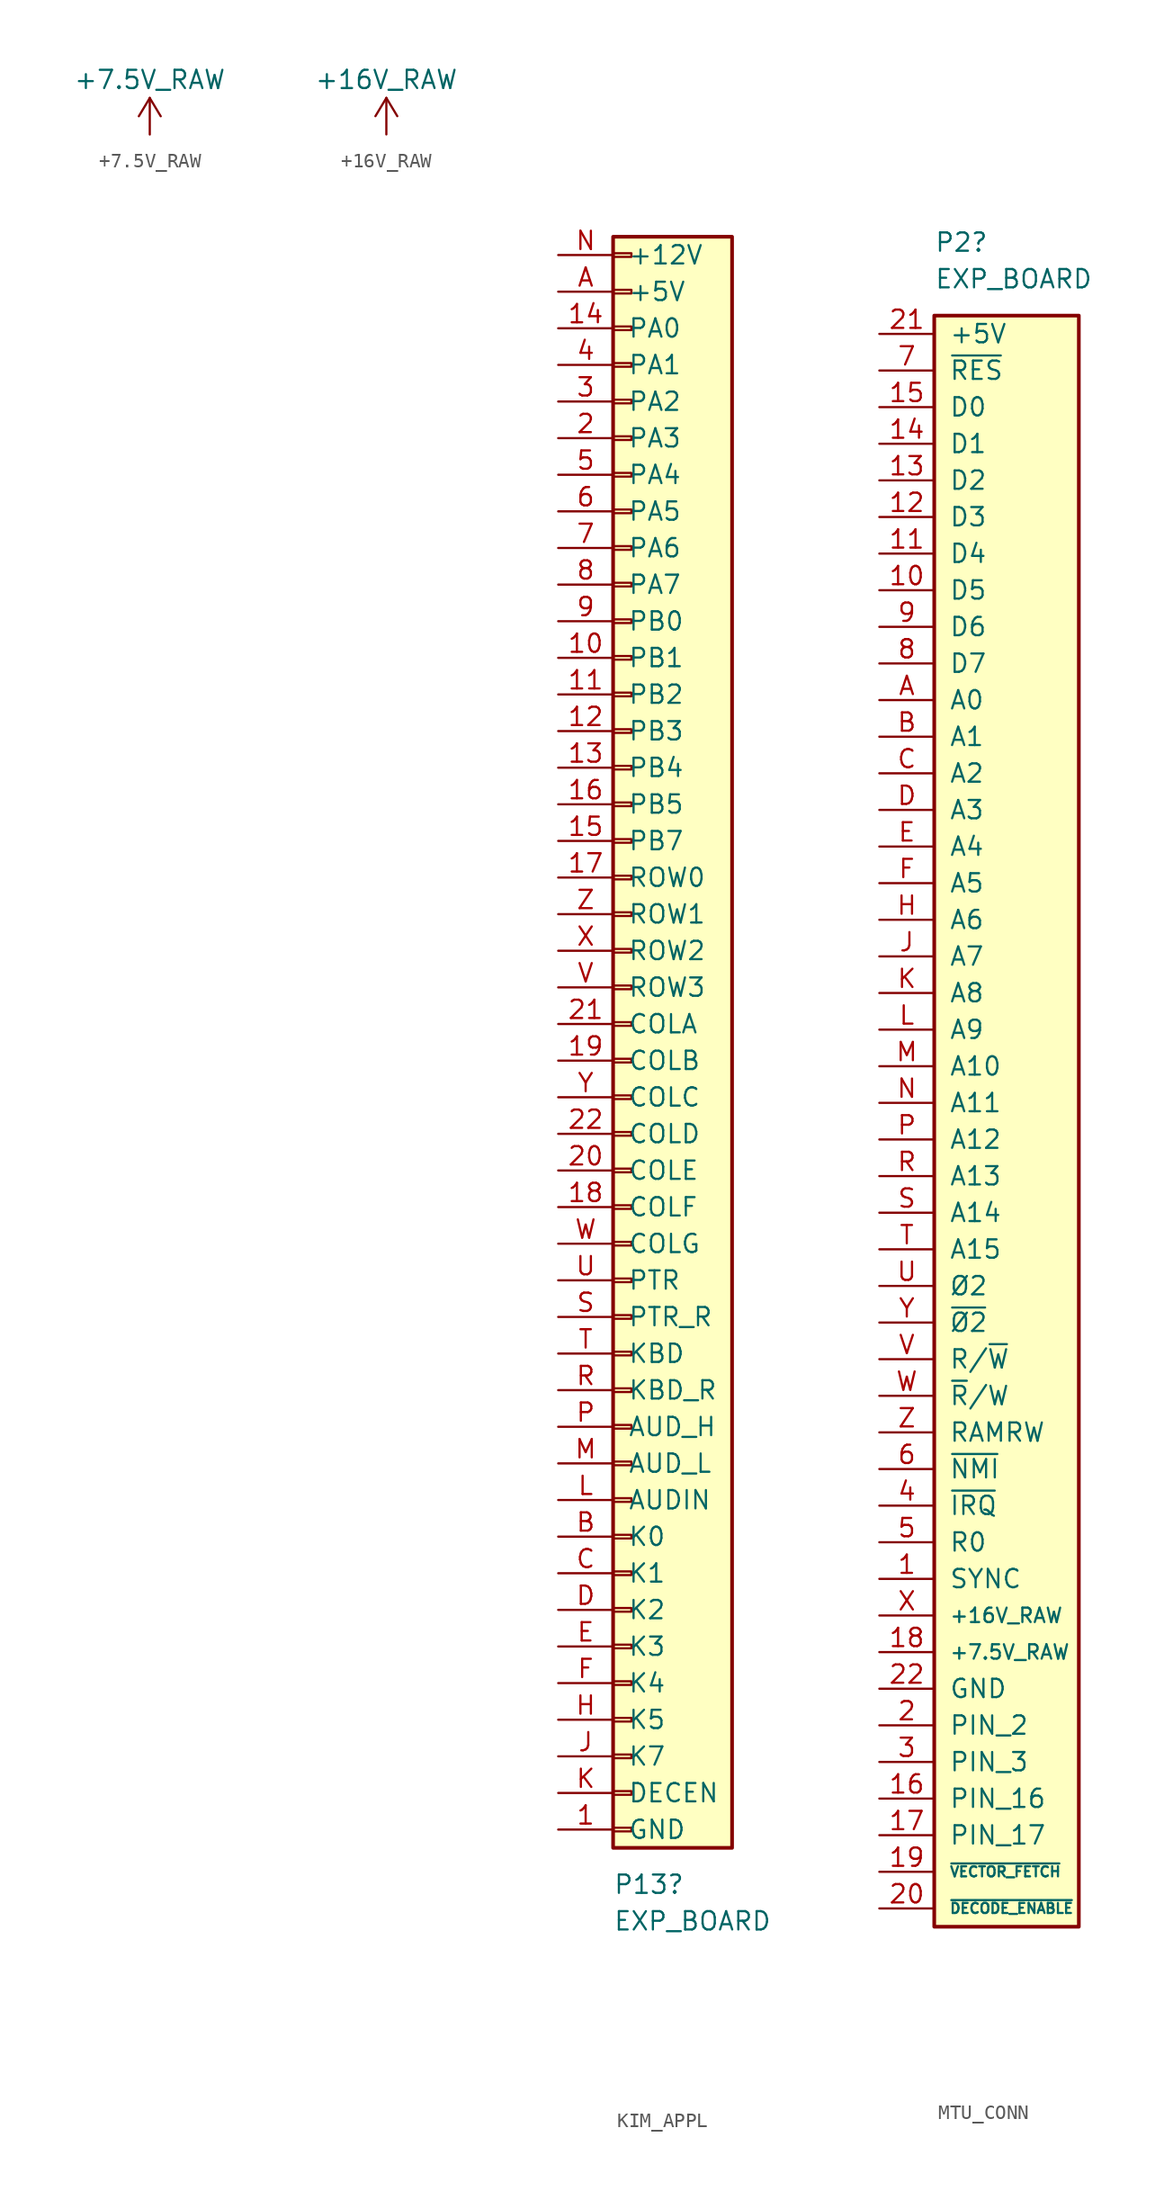
<source format=kicad_sym>
(kicad_symbol_lib
  (version 20220914)
  (generator kicad_symbol_editor)
  (symbol "+7.5V_RAW"
    (power)
    (pin_names
      (offset 0))
    (property "Reference" "#PWR061"
      (at 0 -3.81 0)
      (effects (font (size 1.27 1.27)) hide))
    (property "Value" "+7.5V_RAW"
      (at 0 3.81 0)
      (effects (font (size 1.27 1.27))))
    (symbol "+7.5V_RAW_0_1"
      (polyline (pts (xy -0.762 1.27) (xy 0 2.54)) (stroke (width 0) (type default)) (fill (type none)))
      (polyline (pts (xy 0 0) (xy 0 2.54)) (stroke (width 0) (type default)) (fill (type none)))
      (polyline (pts (xy 0 2.54) (xy 0.762 1.27)) (stroke (width 0) (type default)) (fill (type none))))
    (symbol "+7.5V_RAW_1_1"
      (pin power_in line (at 0 0 90) (length 0) hide (name "+7.5V_RAW" (effects (font (size 1.27 1.27)))) (number "1" (effects (font (size 1.27 1.27)))))))
  (symbol "+16V_RAW"
    (power)
    (pin_names
      (offset 0))
    (property "Reference" "#PWR062"
      (at 0 -3.81 0)
      (effects (font (size 1.27 1.27)) hide))
    (property "Value" "+16V_RAW"
      (at 0 3.81 0)
      (effects (font (size 1.27 1.27))))
    (symbol "+16V_RAW_0_1"
      (polyline (pts (xy -0.762 1.27) (xy 0 2.54)) (stroke (width 0) (type default)) (fill (type none)))
      (polyline (pts (xy 0 0) (xy 0 2.54)) (stroke (width 0) (type default)) (fill (type none)))
      (polyline (pts (xy 0 2.54) (xy 0.762 1.27)) (stroke (width 0) (type default)) (fill (type none))))
    (symbol "+16V_RAW_1_1"
      (pin power_in line (at 0 0 90) (length 0) hide (name "+16V_RAW" (effects (font (size 1.27 1.27)))) (number "1" (effects (font (size 1.27 1.27)))))))
  (symbol "KIM_APPL"
    (pin_names
      (offset 1.016))
    (property "Reference" "P13"
      (at -1.27 -59.69 0)
      (effects (font (size 1.27 1.27)) (justify left)))
    (property "Value" "EXP_BOARD"
      (at -1.27 -62.23 0)
      (effects (font (size 1.27 1.27)) (justify left)))
    (symbol "KIM_APPL_1_1"
      (rectangle (start -1.27 0.127) (end 0 -0.127) (stroke (width 0.152) (type default)) (fill (type none)))
      (rectangle (start -1.27 2.667) (end 0 2.413) (stroke (width 0.152) (type default)) (fill (type none)))
      (rectangle (start -1.27 5.207) (end 0 4.953) (stroke (width 0.152) (type default)) (fill (type none)))
      (rectangle (start -1.27 7.747) (end 0 7.493) (stroke (width 0.152) (type default)) (fill (type none)))
      (rectangle (start -1.27 10.287) (end 0 10.033) (stroke (width 0.152) (type default)) (fill (type none)))
      (rectangle (start -1.27 12.827) (end 0 12.573) (stroke (width 0.152) (type default)) (fill (type none)))
      (rectangle (start -1.27 15.367) (end 0 15.113) (stroke (width 0.152) (type default)) (fill (type none)))
      (rectangle (start -1.27 17.907) (end 0 17.653) (stroke (width 0.152) (type default)) (fill (type none)))
      (rectangle (start -1.27 20.447) (end 0 20.193) (stroke (width 0.152) (type default)) (fill (type none)))
      (rectangle (start -1.27 22.987) (end 0 22.733) (stroke (width 0.152) (type default)) (fill (type none)))
      (rectangle (start -1.27 25.527) (end 0 25.273) (stroke (width 0.152) (type default)) (fill (type none)))
      (rectangle (start -1.27 28.067) (end 0 27.813) (stroke (width 0.152) (type default)) (fill (type none)))
      (rectangle (start -1.27 30.607) (end 0 30.353) (stroke (width 0.152) (type default)) (fill (type none)))
      (rectangle (start -1.27 33.147) (end 0 32.893) (stroke (width 0.152) (type default)) (fill (type none)))
      (rectangle (start -1.27 35.687) (end 0 35.433) (stroke (width 0.152) (type default)) (fill (type none)))
      (rectangle (start -1.27 38.227) (end 0 37.973) (stroke (width 0.152) (type default)) (fill (type none)))
      (rectangle (start -1.27 40.767) (end 0 40.513) (stroke (width 0.152) (type default)) (fill (type none)))
      (rectangle (start -1.27 43.307) (end 0 43.053) (stroke (width 0.152) (type default)) (fill (type none)))
      (rectangle (start -1.27 45.847) (end 0 45.593) (stroke (width 0.152) (type default)) (fill (type none)))
      (rectangle (start -1.27 48.387) (end 0 48.133) (stroke (width 0.152) (type default)) (fill (type none)))
      (rectangle (start -1.27 50.927) (end 0 50.673) (stroke (width 0.152) (type default)) (fill (type none)))
      (rectangle (start -1.27 53.467) (end 0 53.213) (stroke (width 0.152) (type default)) (fill (type none)))
      (rectangle (start -1.27 54.61) (end 6.985 -57.15) (stroke (width 0.254) (type default)) (fill (type background)))
      (rectangle (start 0 -56.007) (end -1.27 -55.753) (stroke (width 0.152) (type default)) (fill (type none)))
      (rectangle (start 0 -53.467) (end -1.27 -53.213) (stroke (width 0.152) (type default)) (fill (type none)))
      (rectangle (start 0 -50.927) (end -1.27 -50.673) (stroke (width 0.152) (type default)) (fill (type none)))
      (rectangle (start 0 -48.387) (end -1.27 -48.133) (stroke (width 0.152) (type default)) (fill (type none)))
      (rectangle (start 0 -45.847) (end -1.27 -45.593) (stroke (width 0.152) (type default)) (fill (type none)))
      (rectangle (start 0 -43.307) (end -1.27 -43.053) (stroke (width 0.152) (type default)) (fill (type none)))
      (rectangle (start 0 -40.767) (end -1.27 -40.513) (stroke (width 0.152) (type default)) (fill (type none)))
      (rectangle (start 0 -38.227) (end -1.27 -37.973) (stroke (width 0.152) (type default)) (fill (type none)))
      (rectangle (start 0 -35.687) (end -1.27 -35.433) (stroke (width 0.152) (type default)) (fill (type none)))
      (rectangle (start 0 -33.147) (end -1.27 -32.893) (stroke (width 0.152) (type default)) (fill (type none)))
      (rectangle (start 0 -30.607) (end -1.27 -30.353) (stroke (width 0.152) (type default)) (fill (type none)))
      (rectangle (start 0 -28.067) (end -1.27 -27.813) (stroke (width 0.152) (type default)) (fill (type none)))
      (rectangle (start 0 -25.527) (end -1.27 -25.273) (stroke (width 0.152) (type default)) (fill (type none)))
      (rectangle (start 0 -22.987) (end -1.27 -22.733) (stroke (width 0.152) (type default)) (fill (type none)))
      (rectangle (start 0 -20.447) (end -1.27 -20.193) (stroke (width 0.152) (type default)) (fill (type none)))
      (rectangle (start 0 -17.907) (end -1.27 -17.653) (stroke (width 0.152) (type default)) (fill (type none)))
      (rectangle (start 0 -15.367) (end -1.27 -15.113) (stroke (width 0.152) (type default)) (fill (type none)))
      (rectangle (start 0 -12.827) (end -1.27 -12.573) (stroke (width 0.152) (type default)) (fill (type none)))
      (rectangle (start 0 -10.287) (end -1.27 -10.033) (stroke (width 0.152) (type default)) (fill (type none)))
      (rectangle (start 0 -7.747) (end -1.27 -7.493) (stroke (width 0.152) (type default)) (fill (type none)))
      (rectangle (start 0 -5.207) (end -1.27 -4.953) (stroke (width 0.152) (type default)) (fill (type none)))
      (rectangle (start 0 -2.667) (end -1.27 -2.413) (stroke (width 0.152) (type default)) (fill (type none)))
      (pin passive line (at -5.08 -55.88 0) (length 3.81) (name "GND" (effects (font (size 1.27 1.27)))) (number "1" (effects (font (size 1.27 1.27)))))
      (pin passive line (at -5.08 25.4 0) (length 3.81) (name "PB1" (effects (font (size 1.27 1.27)))) (number "10" (effects (font (size 1.27 1.27)))))
      (pin passive line (at -5.08 22.86 0) (length 3.81) (name "PB2" (effects (font (size 1.27 1.27)))) (number "11" (effects (font (size 1.27 1.27)))))
      (pin passive line (at -5.08 20.32 0) (length 3.81) (name "PB3" (effects (font (size 1.27 1.27)))) (number "12" (effects (font (size 1.27 1.27)))))
      (pin passive line (at -5.08 17.78 0) (length 3.81) (name "PB4" (effects (font (size 1.27 1.27)))) (number "13" (effects (font (size 1.27 1.27)))))
      (pin passive line (at -5.08 48.26 0) (length 3.81) (name "PA0" (effects (font (size 1.27 1.27)))) (number "14" (effects (font (size 1.27 1.27)))))
      (pin passive line (at -5.08 12.7 0) (length 3.81) (name "PB7" (effects (font (size 1.27 1.27)))) (number "15" (effects (font (size 1.27 1.27)))))
      (pin passive line (at -5.08 15.24 0) (length 3.81) (name "PB5" (effects (font (size 1.27 1.27)))) (number "16" (effects (font (size 1.27 1.27)))))
      (pin passive line (at -5.08 10.16 0) (length 3.81) (name "ROW0" (effects (font (size 1.27 1.27)))) (number "17" (effects (font (size 1.27 1.27)))))
      (pin passive line (at -5.08 -12.7 0) (length 3.81) (name "COLF" (effects (font (size 1.27 1.27)))) (number "18" (effects (font (size 1.27 1.27)))))
      (pin passive line (at -5.08 -2.54 0) (length 3.81) (name "COLB" (effects (font (size 1.27 1.27)))) (number "19" (effects (font (size 1.27 1.27)))))
      (pin passive line (at -5.08 40.64 0) (length 3.81) (name "PA3" (effects (font (size 1.27 1.27)))) (number "2" (effects (font (size 1.27 1.27)))))
      (pin passive line (at -5.08 -10.16 0) (length 3.81) (name "COLE" (effects (font (size 1.27 1.27)))) (number "20" (effects (font (size 1.27 1.27)))))
      (pin passive line (at -5.08 0 0) (length 3.81) (name "COLA" (effects (font (size 1.27 1.27)))) (number "21" (effects (font (size 1.27 1.27)))))
      (pin passive line (at -5.08 -7.62 0) (length 3.81) (name "COLD" (effects (font (size 1.27 1.27)))) (number "22" (effects (font (size 1.27 1.27)))))
      (pin passive line (at -5.08 43.18 0) (length 3.81) (name "PA2" (effects (font (size 1.27 1.27)))) (number "3" (effects (font (size 1.27 1.27)))))
      (pin passive line (at -5.08 45.72 0) (length 3.81) (name "PA1" (effects (font (size 1.27 1.27)))) (number "4" (effects (font (size 1.27 1.27)))))
      (pin passive line (at -5.08 38.1 0) (length 3.81) (name "PA4" (effects (font (size 1.27 1.27)))) (number "5" (effects (font (size 1.27 1.27)))))
      (pin passive line (at -5.08 35.56 0) (length 3.81) (name "PA5" (effects (font (size 1.27 1.27)))) (number "6" (effects (font (size 1.27 1.27)))))
      (pin passive line (at -5.08 33.02 0) (length 3.81) (name "PA6" (effects (font (size 1.27 1.27)))) (number "7" (effects (font (size 1.27 1.27)))))
      (pin passive line (at -5.08 30.48 0) (length 3.81) (name "PA7" (effects (font (size 1.27 1.27)))) (number "8" (effects (font (size 1.27 1.27)))))
      (pin passive line (at -5.08 27.94 0) (length 3.81) (name "PB0" (effects (font (size 1.27 1.27)))) (number "9" (effects (font (size 1.27 1.27)))))
      (pin passive line (at -5.08 50.8 0) (length 3.81) (name "+5V" (effects (font (size 1.27 1.27)))) (number "A" (effects (font (size 1.27 1.27)))))
      (pin passive line (at -5.08 -35.56 0) (length 3.81) (name "K0" (effects (font (size 1.27 1.27)))) (number "B" (effects (font (size 1.27 1.27)))))
      (pin passive line (at -5.08 -38.1 0) (length 3.81) (name "K1" (effects (font (size 1.27 1.27)))) (number "C" (effects (font (size 1.27 1.27)))))
      (pin passive line (at -5.08 -40.64 0) (length 3.81) (name "K2" (effects (font (size 1.27 1.27)))) (number "D" (effects (font (size 1.27 1.27)))))
      (pin passive line (at -5.08 -43.18 0) (length 3.81) (name "K3" (effects (font (size 1.27 1.27)))) (number "E" (effects (font (size 1.27 1.27)))))
      (pin passive line (at -5.08 -45.72 0) (length 3.81) (name "K4" (effects (font (size 1.27 1.27)))) (number "F" (effects (font (size 1.27 1.27)))))
      (pin passive line (at -5.08 -48.26 0) (length 3.81) (name "K5" (effects (font (size 1.27 1.27)))) (number "H" (effects (font (size 1.27 1.27)))))
      (pin passive line (at -5.08 -50.8 0) (length 3.81) (name "K7" (effects (font (size 1.27 1.27)))) (number "J" (effects (font (size 1.27 1.27)))))
      (pin passive line (at -5.08 -53.34 0) (length 3.81) (name "DECEN" (effects (font (size 1.27 1.27)))) (number "K" (effects (font (size 1.27 1.27)))))
      (pin passive line (at -5.08 -33.02 0) (length 3.81) (name "AUDIN" (effects (font (size 1.27 1.27)))) (number "L" (effects (font (size 1.27 1.27)))))
      (pin passive line (at -5.08 -30.48 0) (length 3.81) (name "AUD_L" (effects (font (size 1.27 1.27)))) (number "M" (effects (font (size 1.27 1.27)))))
      (pin passive line (at -5.08 53.34 0) (length 3.81) (name "+12V" (effects (font (size 1.27 1.27)))) (number "N" (effects (font (size 1.27 1.27)))))
      (pin passive line (at -5.08 -27.94 0) (length 3.81) (name "AUD_H" (effects (font (size 1.27 1.27)))) (number "P" (effects (font (size 1.27 1.27)))))
      (pin passive line (at -5.08 -25.4 0) (length 3.81) (name "KBD_R" (effects (font (size 1.27 1.27)))) (number "R" (effects (font (size 1.27 1.27)))))
      (pin passive line (at -5.08 -20.32 0) (length 3.81) (name "PTR_R" (effects (font (size 1.27 1.27)))) (number "S" (effects (font (size 1.27 1.27)))))
      (pin passive line (at -5.08 -22.86 0) (length 3.81) (name "KBD" (effects (font (size 1.27 1.27)))) (number "T" (effects (font (size 1.27 1.27)))))
      (pin passive line (at -5.08 -17.78 0) (length 3.81) (name "PTR" (effects (font (size 1.27 1.27)))) (number "U" (effects (font (size 1.27 1.27)))))
      (pin passive line (at -5.08 2.54 0) (length 3.81) (name "ROW3" (effects (font (size 1.27 1.27)))) (number "V" (effects (font (size 1.27 1.27)))))
      (pin passive line (at -5.08 -15.24 0) (length 3.81) (name "COLG" (effects (font (size 1.27 1.27)))) (number "W" (effects (font (size 1.27 1.27)))))
      (pin passive line (at -5.08 5.08 0) (length 3.81) (name "ROW2" (effects (font (size 1.27 1.27)))) (number "X" (effects (font (size 1.27 1.27)))))
      (pin passive line (at -5.08 -5.08 0) (length 3.81) (name "COLC" (effects (font (size 1.27 1.27)))) (number "Y" (effects (font (size 1.27 1.27)))))
      (pin passive line (at -5.08 7.62 0) (length 3.81) (name "ROW1" (effects (font (size 1.27 1.27)))) (number "Z" (effects (font (size 1.27 1.27)))))))
  (symbol "MTU_CONN"
    (pin_names
      (offset 1.016))
    (property "Reference" "P2"
      (at -1.27 59.69 0)
      (effects (font (size 1.27 1.27)) (justify left)))
    (property "Value" "EXP_BOARD"
      (at -1.27 57.15 0)
      (effects (font (size 1.27 1.27)) (justify left)))
    (symbol "MTU_CONN_1_1"
      (rectangle (start -1.27 54.61) (end 8.763 -57.15) (stroke (width 0.254) (type default)) (fill (type background)))
      (pin passive line (at -5.08 -33.02 0) (length 3.81) (name "SYNC" (effects (font (size 1.27 1.27)))) (number "1" (effects (font (size 1.27 1.27)))))
      (pin passive line (at -5.08 35.56 0) (length 3.81) (name "D5" (effects (font (size 1.27 1.27)))) (number "10" (effects (font (size 1.27 1.27)))))
      (pin passive line (at -5.08 38.1 0) (length 3.81) (name "D4" (effects (font (size 1.27 1.27)))) (number "11" (effects (font (size 1.27 1.27)))))
      (pin passive line (at -5.08 40.64 0) (length 3.81) (name "D3" (effects (font (size 1.27 1.27)))) (number "12" (effects (font (size 1.27 1.27)))))
      (pin passive line (at -5.08 43.18 0) (length 3.81) (name "D2" (effects (font (size 1.27 1.27)))) (number "13" (effects (font (size 1.27 1.27)))))
      (pin passive line (at -5.08 45.72 0) (length 3.81) (name "D1" (effects (font (size 1.27 1.27)))) (number "14" (effects (font (size 1.27 1.27)))))
      (pin passive line (at -5.08 48.26 0) (length 3.81) (name "D0" (effects (font (size 1.27 1.27)))) (number "15" (effects (font (size 1.27 1.27)))))
      (pin passive line (at -5.08 -48.26 0) (length 3.81) (name "PIN_16" (effects (font (size 1.27 1.27)))) (number "16" (effects (font (size 1.27 1.27)))))
      (pin passive line (at -5.08 -50.8 0) (length 3.81) (name "PIN_17" (effects (font (size 1.27 1.27)))) (number "17" (effects (font (size 1.27 1.27)))))
      (pin passive line (at -5.08 -38.1 0) (length 3.81) (name "+7.5V_RAW" (effects (font (size 1 1)))) (number "18" (effects (font (size 1.27 1.27)))))
      (pin passive line (at -5.08 -53.34 0) (length 3.81) (name "~{VECTOR_FETCH}" (effects (font (size 0.7 0.7)))) (number "19" (effects (font (size 1.27 1.27)))))
      (pin passive line (at -5.08 -43.18 0) (length 3.81) (name "PIN_2" (effects (font (size 1.27 1.27)))) (number "2" (effects (font (size 1.27 1.27)))))
      (pin passive line (at -5.08 -55.88 0) (length 3.81) (name "~{DECODE_ENABLE}" (effects (font (size 0.7 0.7)))) (number "20" (effects (font (size 1.27 1.27)))))
      (pin passive line (at -5.08 53.34 0) (length 3.81) (name "+5V" (effects (font (size 1.27 1.27)))) (number "21" (effects (font (size 1.27 1.27)))))
      (pin passive line (at -5.08 -40.64 0) (length 3.81) (name "GND" (effects (font (size 1.27 1.27)))) (number "22" (effects (font (size 1.27 1.27)))))
      (pin passive line (at -5.08 -45.72 0) (length 3.81) (name "PIN_3" (effects (font (size 1.27 1.27)))) (number "3" (effects (font (size 1.27 1.27)))))
      (pin passive line (at -5.08 -27.94 0) (length 3.81) (name "~{IRQ}" (effects (font (size 1.27 1.27)))) (number "4" (effects (font (size 1.27 1.27)))))
      (pin passive line (at -5.08 -30.48 0) (length 3.81) (name "R0" (effects (font (size 1.27 1.27)))) (number "5" (effects (font (size 1.27 1.27)))))
      (pin passive line (at -5.08 -25.4 0) (length 3.81) (name "~{NMI}" (effects (font (size 1.27 1.27)))) (number "6" (effects (font (size 1.27 1.27)))))
      (pin passive line (at -5.08 50.8 0) (length 3.81) (name "~{RES}" (effects (font (size 1.27 1.27)))) (number "7" (effects (font (size 1.27 1.27)))))
      (pin passive line (at -5.08 30.48 0) (length 3.81) (name "D7" (effects (font (size 1.27 1.27)))) (number "8" (effects (font (size 1.27 1.27)))))
      (pin passive line (at -5.08 33.02 0) (length 3.81) (name "D6" (effects (font (size 1.27 1.27)))) (number "9" (effects (font (size 1.27 1.27)))))
      (pin passive line (at -5.08 27.94 0) (length 3.81) (name "A0" (effects (font (size 1.27 1.27)))) (number "A" (effects (font (size 1.27 1.27)))))
      (pin passive line (at -5.08 25.4 0) (length 3.81) (name "A1" (effects (font (size 1.27 1.27)))) (number "B" (effects (font (size 1.27 1.27)))))
      (pin passive line (at -5.08 22.86 0) (length 3.81) (name "A2" (effects (font (size 1.27 1.27)))) (number "C" (effects (font (size 1.27 1.27)))))
      (pin passive line (at -5.08 20.32 0) (length 3.81) (name "A3" (effects (font (size 1.27 1.27)))) (number "D" (effects (font (size 1.27 1.27)))))
      (pin passive line (at -5.08 17.78 0) (length 3.81) (name "A4" (effects (font (size 1.27 1.27)))) (number "E" (effects (font (size 1.27 1.27)))))
      (pin passive line (at -5.08 15.24 0) (length 3.81) (name "A5" (effects (font (size 1.27 1.27)))) (number "F" (effects (font (size 1.27 1.27)))))
      (pin passive line (at -5.08 12.7 0) (length 3.81) (name "A6" (effects (font (size 1.27 1.27)))) (number "H" (effects (font (size 1.27 1.27)))))
      (pin passive line (at -5.08 10.16 0) (length 3.81) (name "A7" (effects (font (size 1.27 1.27)))) (number "J" (effects (font (size 1.27 1.27)))))
      (pin passive line (at -5.08 7.62 0) (length 3.81) (name "A8" (effects (font (size 1.27 1.27)))) (number "K" (effects (font (size 1.27 1.27)))))
      (pin passive line (at -5.08 5.08 0) (length 3.81) (name "A9" (effects (font (size 1.27 1.27)))) (number "L" (effects (font (size 1.27 1.27)))))
      (pin passive line (at -5.08 2.54 0) (length 3.81) (name "A10" (effects (font (size 1.27 1.27)))) (number "M" (effects (font (size 1.27 1.27)))))
      (pin passive line (at -5.08 0 0) (length 3.81) (name "A11" (effects (font (size 1.27 1.27)))) (number "N" (effects (font (size 1.27 1.27)))))
      (pin passive line (at -5.08 -2.54 0) (length 3.81) (name "A12" (effects (font (size 1.27 1.27)))) (number "P" (effects (font (size 1.27 1.27)))))
      (pin passive line (at -5.08 -5.08 0) (length 3.81) (name "A13" (effects (font (size 1.27 1.27)))) (number "R" (effects (font (size 1.27 1.27)))))
      (pin passive line (at -5.08 -7.62 0) (length 3.81) (name "A14" (effects (font (size 1.27 1.27)))) (number "S" (effects (font (size 1.27 1.27)))))
      (pin passive line (at -5.08 -10.16 0) (length 3.81) (name "A15" (effects (font (size 1.27 1.27)))) (number "T" (effects (font (size 1.27 1.27)))))
      (pin passive line (at -5.08 -12.7 0) (length 3.81) (name "Ø2" (effects (font (size 1.27 1.27)))) (number "U" (effects (font (size 1.27 1.27)))))
      (pin passive line (at -5.08 -17.78 0) (length 3.81) (name "R/~{W}" (effects (font (size 1.27 1.27)))) (number "V" (effects (font (size 1.27 1.27)))))
      (pin passive line (at -5.08 -20.32 0) (length 3.81) (name "~{R}/W" (effects (font (size 1.27 1.27)))) (number "W" (effects (font (size 1.27 1.27)))))
      (pin passive line (at -5.08 -35.56 0) (length 3.81) (name "+16V_RAW" (effects (font (size 1 1)))) (number "X" (effects (font (size 1.27 1.27)))))
      (pin passive line (at -5.08 -15.24 0) (length 3.81) (name "~{Ø2}" (effects (font (size 1.27 1.27)))) (number "Y" (effects (font (size 1.27 1.27)))))
      (pin passive line (at -5.08 -22.86 0) (length 3.81) (name "RAMRW" (effects (font (size 1.27 1.27)))) (number "Z" (effects (font (size 1.27 1.27))))))))
</source>
